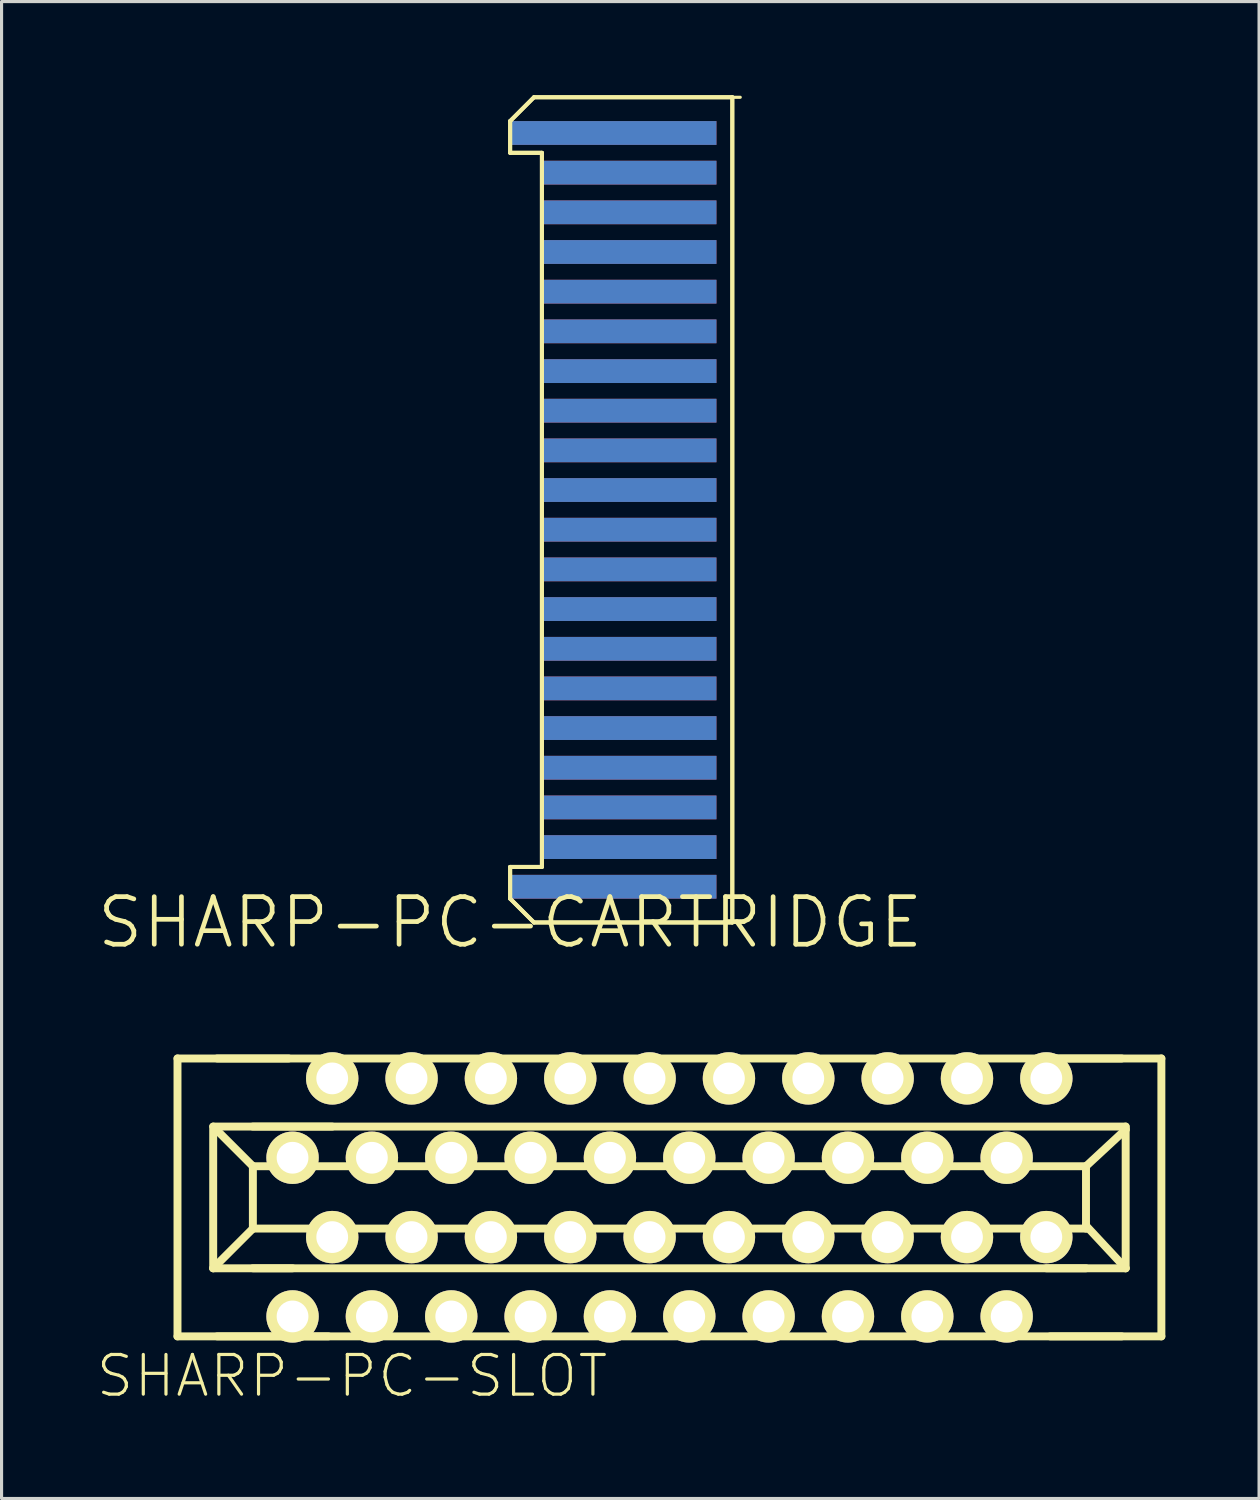
<source format=kicad_pcb>
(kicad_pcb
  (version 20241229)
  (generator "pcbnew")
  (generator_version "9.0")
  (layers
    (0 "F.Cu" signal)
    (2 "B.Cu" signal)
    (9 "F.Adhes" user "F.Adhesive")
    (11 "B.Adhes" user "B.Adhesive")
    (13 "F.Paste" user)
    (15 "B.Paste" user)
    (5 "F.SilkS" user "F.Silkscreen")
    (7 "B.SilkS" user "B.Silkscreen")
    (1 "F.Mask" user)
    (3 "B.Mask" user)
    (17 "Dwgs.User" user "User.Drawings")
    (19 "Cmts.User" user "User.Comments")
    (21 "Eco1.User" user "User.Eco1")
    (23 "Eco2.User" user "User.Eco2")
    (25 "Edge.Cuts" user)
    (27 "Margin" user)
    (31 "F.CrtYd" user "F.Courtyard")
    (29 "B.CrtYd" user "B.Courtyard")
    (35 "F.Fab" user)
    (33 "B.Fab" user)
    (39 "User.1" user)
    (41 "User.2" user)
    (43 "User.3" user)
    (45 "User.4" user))
  (footprint "SHARP-PC-CARTRIDGE"
    (layer "F.Cu")
    (at 13.281 26.48)
    (property "Reference" "SHARP-PC-CARTRIDGE" (at 0 0 0) (layer "F.SilkS") (effects (font (size 1.524 1.524) (thickness 0.15))))
    (attr smd)
    (fp_line (start 0 -25.654) (end 0.762 -26.416) (stroke (width 0.1) (type solid)) (layer "F.SilkS"))
    (fp_line (start 0 -25.654) (end 0.762 -26.416) (stroke (width 0.127) (type solid)) (layer "F.SilkS"))
    (fp_line (start 0 -25.654) (end 0.762 -26.416) (stroke (width 0.127) (type solid)) (layer "F.SilkS"))
    (fp_line (start 0 -24.638) (end 0 -25.654) (stroke (width 0.1) (type solid)) (layer "F.SilkS"))
    (fp_line (start 0 -24.638) (end 0 -25.654) (stroke (width 0.127) (type solid)) (layer "F.SilkS"))
    (fp_line (start 0 -24.638) (end 0 -25.654) (stroke (width 0.127) (type solid)) (layer "F.SilkS"))
    (fp_line (start 0 -1.778) (end 1.016 -1.778) (stroke (width 0.1) (type solid)) (layer "F.SilkS"))
    (fp_line (start 0 -1.778) (end 1.016 -1.778) (stroke (width 0.127) (type solid)) (layer "F.SilkS"))
    (fp_line (start 0 -1.778) (end 1.016 -1.778) (stroke (width 0.127) (type solid)) (layer "F.SilkS"))
    (fp_line (start 0 -0.762) (end 0 -1.778) (stroke (width 0.1) (type solid)) (layer "F.SilkS"))
    (fp_line (start 0 -0.762) (end 0 -1.778) (stroke (width 0.127) (type solid)) (layer "F.SilkS"))
    (fp_line (start 0 -0.762) (end 0 -1.778) (stroke (width 0.127) (type solid)) (layer "F.SilkS"))
    (fp_line (start 0 -0.762) (end 0.762 0) (stroke (width 0.1) (type solid)) (layer "F.SilkS"))
    (fp_line (start 0.762 -26.416) (end 7.112 -26.416) (stroke (width 0.127) (type solid)) (layer "F.SilkS"))
    (fp_line (start 0.762 -26.416) (end 7.112 -26.416) (stroke (width 0.127) (type solid)) (layer "F.SilkS"))
    (fp_line (start 0.762 -26.416) (end 7.366 -26.416) (stroke (width 0.1) (type solid)) (layer "F.SilkS"))
    (fp_line (start 0.762 0) (end 0 -0.762) (stroke (width 0.127) (type solid)) (layer "F.SilkS"))
    (fp_line (start 0.762 0) (end 0 -0.762) (stroke (width 0.127) (type solid)) (layer "F.SilkS"))
    (fp_line (start 0.762 0) (end 7.366 0) (stroke (width 0.1) (type solid)) (layer "F.SilkS"))
    (fp_line (start 1.016 -24.638) (end 0 -24.638) (stroke (width 0.1) (type solid)) (layer "F.SilkS"))
    (fp_line (start 1.016 -24.638) (end 0 -24.638) (stroke (width 0.127) (type solid)) (layer "F.SilkS"))
    (fp_line (start 1.016 -24.638) (end 0 -24.638) (stroke (width 0.127) (type solid)) (layer "F.SilkS"))
    (fp_line (start 1.016 -1.778) (end 1.016 -24.638) (stroke (width 0.1) (type solid)) (layer "F.SilkS"))
    (fp_line (start 1.016 -1.778) (end 1.016 -24.638) (stroke (width 0.127) (type solid)) (layer "F.SilkS"))
    (fp_line (start 1.016 -1.778) (end 1.016 -24.638) (stroke (width 0.127) (type solid)) (layer "F.SilkS"))
    (fp_line (start 7.112 -26.416) (end 7.112 0) (stroke (width 0.127) (type solid)) (layer "F.SilkS"))
    (fp_line (start 7.112 -26.416) (end 7.112 0) (stroke (width 0.127) (type solid)) (layer "F.SilkS"))
    (fp_line (start 7.112 0) (end 0.762 0) (stroke (width 0.127) (type solid)) (layer "F.SilkS"))
    (fp_line (start 7.112 0) (end 0.762 0) (stroke (width 0.127) (type solid)) (layer "F.SilkS"))
    (pad "AD0" smd rect (at 3.81 -4.953) (size 5.588 0.762) (layers "B.Cu" "B.Mask"))
    (pad "AD1" smd rect (at 3.81 -6.223) (size 5.588 0.762) (layers "B.Cu" "B.Mask"))
    (pad "AD2" smd rect (at 3.81 -7.493) (size 5.588 0.762) (layers "B.Cu" "B.Mask"))
    (pad "AD3" smd rect (at 3.81 -8.76) (size 5.588 0.762) (layers "B.Cu" "B.Mask"))
    (pad "AD4" smd rect (at 3.81 -10.033) (size 5.588 0.762) (layers "B.Cu" "B.Mask"))
    (pad "AD5" smd rect (at 3.81 -11.303) (size 5.588 0.762) (layers "B.Cu" "B.Mask"))
    (pad "AD6" smd rect (at 3.81 -12.573) (size 5.588 0.762) (layers "B.Cu" "B.Mask"))
    (pad "AD7" smd rect (at 3.81 -13.843) (size 5.588 0.762) (layers "B.Cu" "B.Mask"))
    (pad "AD8" smd rect (at 3.81 -15.113) (size 5.588 0.762) (layers "B.Cu" "B.Mask"))
    (pad "AD9" smd rect (at 3.81 -16.383) (size 5.588 0.762) (layers "B.Cu" "B.Mask"))
    (pad "AD10" smd rect (at 3.81 -17.65) (size 5.588 0.762) (layers "B.Cu" "B.Mask"))
    (pad "AD11" smd rect (at 3.81 -18.923) (size 5.588 0.762) (layers "B.Cu" "B.Mask"))
    (pad "AD12" smd rect (at 3.81 -20.193) (size 5.588 0.762) (layers "B.Cu" "B.Mask"))
    (pad "AD13" smd rect (at 3.81 -21.463) (size 5.588 0.762) (layers "B.Cu" "B.Mask"))
    (pad "AD14" smd rect (at 3.81 -22.733) (size 5.588 0.762) (layers "B.Cu" "B.Mask"))
    (pad "AD15" smd rect (at 3.81 -24.003) (size 5.588 0.762) (layers "B.Cu" "B.Mask"))
    (pad "D0" smd rect (at 3.81 -8.76) (size 5.588 0.762) (layers "F.Cu" "F.Mask" "F.Paste"))
    (pad "D1" smd rect (at 3.81 -10.033) (size 5.588 0.762) (layers "F.Cu" "F.Mask" "F.Paste"))
    (pad "D2" smd rect (at 3.81 -11.303) (size 5.588 0.762) (layers "F.Cu" "F.Mask" "F.Paste"))
    (pad "D3" smd rect (at 3.81 -12.573) (size 5.588 0.762) (layers "F.Cu" "F.Mask" "F.Paste"))
    (pad "D4" smd rect (at 3.81 -13.843) (size 5.588 0.762) (layers "F.Cu" "F.Mask" "F.Paste"))
    (pad "D5" smd rect (at 3.81 -15.113) (size 5.588 0.762) (layers "F.Cu" "F.Mask" "F.Paste"))
    (pad "D6" smd rect (at 3.81 -16.383) (size 5.588 0.762) (layers "F.Cu" "F.Mask" "F.Paste"))
    (pad "D7" smd rect (at 3.81 -17.65) (size 5.588 0.762) (layers "F.Cu" "F.Mask" "F.Paste"))
    (pad "DME0" smd rect (at 3.81 -18.923) (size 5.588 0.762) (layers "F.Cu" "F.Mask" "F.Paste"))
    (pad "GND1" smd rect (at 3.302 -25.273) (size 6.604 0.762) (layers "B.Cu" "B.Mask"))
    (pad "GND2" smd rect (at 3.302 -1.143) (size 6.604 0.762) (layers "B.Cu" "B.Mask"))
    (pad "INHI" smd rect (at 3.81 -7.493) (size 5.588 0.762) (layers "F.Cu" "F.Mask" "F.Paste"))
    (pad "OD" smd rect (at 3.81 -3.683) (size 5.588 0.762) (layers "B.Cu" "B.Mask"))
    (pad "PU" smd rect (at 3.81 -22.733) (size 5.588 0.762) (layers "F.Cu" "F.Mask" "F.Paste"))
    (pad "PV" smd rect (at 3.81 -24.003) (size 5.588 0.762) (layers "F.Cu" "F.Mask" "F.Paste"))
    (pad "RW" smd rect (at 3.81 -2.413) (size 5.588 0.762) (layers "B.Cu" "B.Mask"))
    (pad "S1(S" smd rect (at 3.81 -6.223) (size 5.588 0.762) (layers "F.Cu" "F.Mask" "F.Paste"))
    (pad "S2(S" smd rect (at 3.81 -4.953) (size 5.588 0.762) (layers "F.Cu" "F.Mask" "F.Paste"))
    (pad "S3(S" smd rect (at 3.81 -3.683) (size 5.588 0.762) (layers "F.Cu" "F.Mask" "F.Paste"))
    (pad "S4(N" smd rect (at 3.81 -20.193) (size 5.588 0.762) (layers "F.Cu" "F.Mask" "F.Paste"))
    (pad "VCC" smd rect (at 3.302 -25.273) (size 6.604 0.762) (layers "F.Cu" "F.Mask" "F.Paste"))
    (pad "VGG" smd rect (at 3.302 -1.143) (size 6.604 0.762) (layers "F.Cu" "F.Mask" "F.Paste"))
    (pad "Y0" smd rect (at 3.81 -21.463) (size 5.588 0.762) (layers "F.Cu" "F.Mask" "F.Paste"))
    (pad "Y2" smd rect (at 3.81 -2.413) (size 5.588 0.762) (layers "F.Cu" "F.Mask" "F.Paste")))
  (footprint "SHARP-PC-SLOT"
    (layer "F.Cu")
    (at 18.38 35.282)
    (property "Reference" "SHARP-PC-SLOT" (at -10.16 5.715 0) (layer "F.SilkS") (effects (font (size 1.27 1.27) (thickness 0.102))))
    (attr exclude_from_pos_files exclude_from_bom)
    (fp_line (start -15.748 -4.448) (end -15.748 4.448) (stroke (width 0.254) (type solid)) (layer "F.SilkS"))
    (fp_line (start -15.748 4.448) (end -10.919 4.448) (stroke (width 0.254) (type solid)) (layer "F.SilkS"))
    (fp_line (start -14.605 -2.268) (end -13.335 -0.998) (stroke (width 0.254) (type solid)) (layer "F.SilkS"))
    (fp_line (start -14.605 -2.174) (end -14.605 2.268) (stroke (width 0.254) (type solid)) (layer "F.SilkS"))
    (fp_line (start -14.605 2.268) (end -13.335 0.998) (stroke (width 0.254) (type solid)) (layer "F.SilkS"))
    (fp_line (start -14.605 2.268) (end -12.065 2.268) (stroke (width 0.254) (type solid)) (layer "F.SilkS"))
    (fp_line (start -14.478 4.448) (end 14.478 4.448) (stroke (width 0.254) (type solid)) (layer "F.SilkS"))
    (fp_line (start -13.335 -0.998) (end -13.335 0.998) (stroke (width 0.254) (type solid)) (layer "F.SilkS"))
    (fp_line (start -13.335 0.998) (end 13.335 0.998) (stroke (width 0.254) (type solid)) (layer "F.SilkS"))
    (fp_line (start -13.335 2.268) (end 13.335 2.268) (stroke (width 0.254) (type solid)) (layer "F.SilkS"))
    (fp_line (start -12.189 -4.448) (end -15.748 -4.448) (stroke (width 0.254) (type solid)) (layer "F.SilkS"))
    (fp_line (start -10.795 -2.268) (end -14.605 -2.268) (stroke (width 0.254) (type solid)) (layer "F.SilkS"))
    (fp_line (start 12.065 2.268) (end 14.605 2.268) (stroke (width 0.254) (type solid)) (layer "F.SilkS"))
    (fp_line (start 12.189 4.448) (end 15.748 4.448) (stroke (width 0.254) (type solid)) (layer "F.SilkS"))
    (fp_line (start 13.335 -0.998) (end -13.335 -0.998) (stroke (width 0.254) (type solid)) (layer "F.SilkS"))
    (fp_line (start 13.335 0.904) (end 13.335 -0.998) (stroke (width 0.254) (type solid)) (layer "F.SilkS"))
    (fp_line (start 13.335 0.998) (end 13.335 0.904) (stroke (width 0.254) (type solid)) (layer "F.SilkS"))
    (fp_line (start 14.478 -4.448) (end -14.478 -4.448) (stroke (width 0.254) (type solid)) (layer "F.SilkS"))
    (fp_line (start 14.605 -2.268) (end -13.335 -2.268) (stroke (width 0.254) (type solid)) (layer "F.SilkS"))
    (fp_line (start 14.605 -2.174) (end 13.335 -0.998) (stroke (width 0.254) (type solid)) (layer "F.SilkS"))
    (fp_line (start 14.605 -2.174) (end 14.605 -2.268) (stroke (width 0.254) (type solid)) (layer "F.SilkS"))
    (fp_line (start 14.605 2.268) (end 13.335 0.904) (stroke (width 0.254) (type solid)) (layer "F.SilkS"))
    (fp_line (start 14.605 2.268) (end 14.605 -2.174) (stroke (width 0.254) (type solid)) (layer "F.SilkS"))
    (fp_line (start 15.748 -4.448) (end 12.189 -4.448) (stroke (width 0.254) (type solid)) (layer "F.SilkS"))
    (fp_line (start 15.748 4.448) (end 15.748 -4.448) (stroke (width 0.254) (type solid)) (layer "F.SilkS"))
    (pad "A1" thru_hole circle (at -12.065 -1.27) (size 1.676 1.676) (drill 1.016) (layers "*.Cu" "F.Mask" "F.SilkS" "F.Paste"))
    (pad "A2" thru_hole circle (at -10.795 -3.81) (size 1.676 1.676) (drill 1.016) (layers "*.Cu" "F.Mask" "F.SilkS" "F.Paste"))
    (pad "A3" thru_hole circle (at -9.525 -1.27) (size 1.676 1.676) (drill 1.016) (layers "*.Cu" "F.Mask" "F.SilkS" "F.Paste"))
    (pad "A4" thru_hole circle (at -8.255 -3.81) (size 1.676 1.676) (drill 1.016) (layers "*.Cu" "F.Mask" "F.SilkS" "F.Paste"))
    (pad "A5" thru_hole circle (at -6.985 -1.27) (size 1.676 1.676) (drill 1.016) (layers "*.Cu" "F.Mask" "F.SilkS" "F.Paste"))
    (pad "A6" thru_hole circle (at -5.715 -3.81) (size 1.676 1.676) (drill 1.016) (layers "*.Cu" "F.Mask" "F.SilkS" "F.Paste"))
    (pad "A7" thru_hole circle (at -4.445 -1.27) (size 1.676 1.676) (drill 1.016) (layers "*.Cu" "F.Mask" "F.SilkS" "F.Paste"))
    (pad "A8" thru_hole circle (at -3.175 -3.81) (size 1.676 1.676) (drill 1.016) (layers "*.Cu" "F.Mask" "F.SilkS" "F.Paste"))
    (pad "A9" thru_hole circle (at -1.905 -1.27) (size 1.676 1.676) (drill 1.016) (layers "*.Cu" "F.Mask" "F.SilkS" "F.Paste"))
    (pad "A10" thru_hole circle (at -0.635 -3.81) (size 1.676 1.676) (drill 1.016) (layers "*.Cu" "F.Mask" "F.SilkS" "F.Paste"))
    (pad "A11" thru_hole circle (at 0.635 -1.27) (size 1.676 1.676) (drill 1.016) (layers "*.Cu" "F.Mask" "F.SilkS" "F.Paste"))
    (pad "A12" thru_hole circle (at 1.905 -3.81) (size 1.676 1.676) (drill 1.016) (layers "*.Cu" "F.Mask" "F.SilkS" "F.Paste"))
    (pad "A13" thru_hole circle (at 3.175 -1.27) (size 1.676 1.676) (drill 1.016) (layers "*.Cu" "F.Mask" "F.SilkS" "F.Paste"))
    (pad "A14" thru_hole circle (at 4.445 -3.81) (size 1.676 1.676) (drill 1.016) (layers "*.Cu" "F.Mask" "F.SilkS" "F.Paste"))
    (pad "A15" thru_hole circle (at 5.715 -1.27) (size 1.676 1.676) (drill 1.016) (layers "*.Cu" "F.Mask" "F.SilkS" "F.Paste"))
    (pad "A16" thru_hole circle (at 6.985 -3.81) (size 1.676 1.676) (drill 1.016) (layers "*.Cu" "F.Mask" "F.SilkS" "F.Paste"))
    (pad "A17" thru_hole circle (at 8.255 -1.27) (size 1.676 1.676) (drill 1.016) (layers "*.Cu" "F.Mask" "F.SilkS" "F.Paste"))
    (pad "A18" thru_hole circle (at 9.525 -3.81) (size 1.676 1.676) (drill 1.016) (layers "*.Cu" "F.Mask" "F.SilkS" "F.Paste"))
    (pad "A19" thru_hole circle (at 10.795 -1.27) (size 1.676 1.676) (drill 1.016) (layers "*.Cu" "F.Mask" "F.SilkS" "F.Paste"))
    (pad "A20" thru_hole circle (at 12.065 -3.81) (size 1.676 1.676) (drill 1.016) (layers "*.Cu" "F.Mask" "F.SilkS" "F.Paste"))
    (pad "B1" thru_hole circle (at -12.065 3.81) (size 1.676 1.676) (drill 1.016) (layers "*.Cu" "F.Mask" "F.SilkS" "F.Paste"))
    (pad "B2" thru_hole circle (at -10.795 1.27) (size 1.676 1.676) (drill 1.016) (layers "*.Cu" "F.Mask" "F.SilkS" "F.Paste"))
    (pad "B3" thru_hole circle (at -9.525 3.81) (size 1.676 1.676) (drill 1.016) (layers "*.Cu" "F.Mask" "F.SilkS" "F.Paste"))
    (pad "B4" thru_hole circle (at -8.255 1.27) (size 1.676 1.676) (drill 1.016) (layers "*.Cu" "F.Mask" "F.SilkS" "F.Paste"))
    (pad "B5" thru_hole circle (at -6.985 3.81) (size 1.676 1.676) (drill 1.016) (layers "*.Cu" "F.Mask" "F.SilkS" "F.Paste"))
    (pad "B6" thru_hole circle (at -5.715 1.27) (size 1.676 1.676) (drill 1.016) (layers "*.Cu" "F.Mask" "F.SilkS" "F.Paste"))
    (pad "B7" thru_hole circle (at -4.445 3.81) (size 1.676 1.676) (drill 1.016) (layers "*.Cu" "F.Mask" "F.SilkS" "F.Paste"))
    (pad "B8" thru_hole circle (at -3.175 1.27) (size 1.676 1.676) (drill 1.016) (layers "*.Cu" "F.Mask" "F.SilkS" "F.Paste"))
    (pad "B9" thru_hole circle (at -1.905 3.81) (size 1.676 1.676) (drill 1.016) (layers "*.Cu" "F.Mask" "F.SilkS" "F.Paste"))
    (pad "B10" thru_hole circle (at -0.635 1.27) (size 1.676 1.676) (drill 1.016) (layers "*.Cu" "F.Mask" "F.SilkS" "F.Paste"))
    (pad "B11" thru_hole circle (at 0.635 3.81) (size 1.676 1.676) (drill 1.016) (layers "*.Cu" "F.Mask" "F.SilkS" "F.Paste"))
    (pad "B12" thru_hole circle (at 1.905 1.27) (size 1.676 1.676) (drill 1.016) (layers "*.Cu" "F.Mask" "F.SilkS" "F.Paste"))
    (pad "B13" thru_hole circle (at 3.175 3.81) (size 1.676 1.676) (drill 1.016) (layers "*.Cu" "F.Mask" "F.SilkS" "F.Paste"))
    (pad "B14" thru_hole circle (at 4.445 1.27) (size 1.676 1.676) (drill 1.016) (layers "*.Cu" "F.Mask" "F.SilkS" "F.Paste"))
    (pad "B15" thru_hole circle (at 5.715 3.81) (size 1.676 1.676) (drill 1.016) (layers "*.Cu" "F.Mask" "F.SilkS" "F.Paste"))
    (pad "B16" thru_hole circle (at 6.985 1.27) (size 1.676 1.676) (drill 1.016) (layers "*.Cu" "F.Mask" "F.SilkS" "F.Paste"))
    (pad "B17" thru_hole circle (at 8.255 3.81) (size 1.676 1.676) (drill 1.016) (layers "*.Cu" "F.Mask" "F.SilkS" "F.Paste"))
    (pad "B18" thru_hole circle (at 9.525 1.27) (size 1.676 1.676) (drill 1.016) (layers "*.Cu" "F.Mask" "F.SilkS" "F.Paste"))
    (pad "B19" thru_hole circle (at 10.795 3.81) (size 1.676 1.676) (drill 1.016) (layers "*.Cu" "F.Mask" "F.SilkS" "F.Paste"))
    (pad "B20" thru_hole circle (at 12.065 1.27) (size 1.676 1.676) (drill 1.016) (layers "*.Cu" "F.Mask" "F.SilkS" "F.Paste")))
  (gr_rect
    (start -3 -3)
    (end 37.255 44.919)
    (stroke (width 0.1) (type default))
    (fill no)
    (layer "Edge.Cuts")))
</source>
